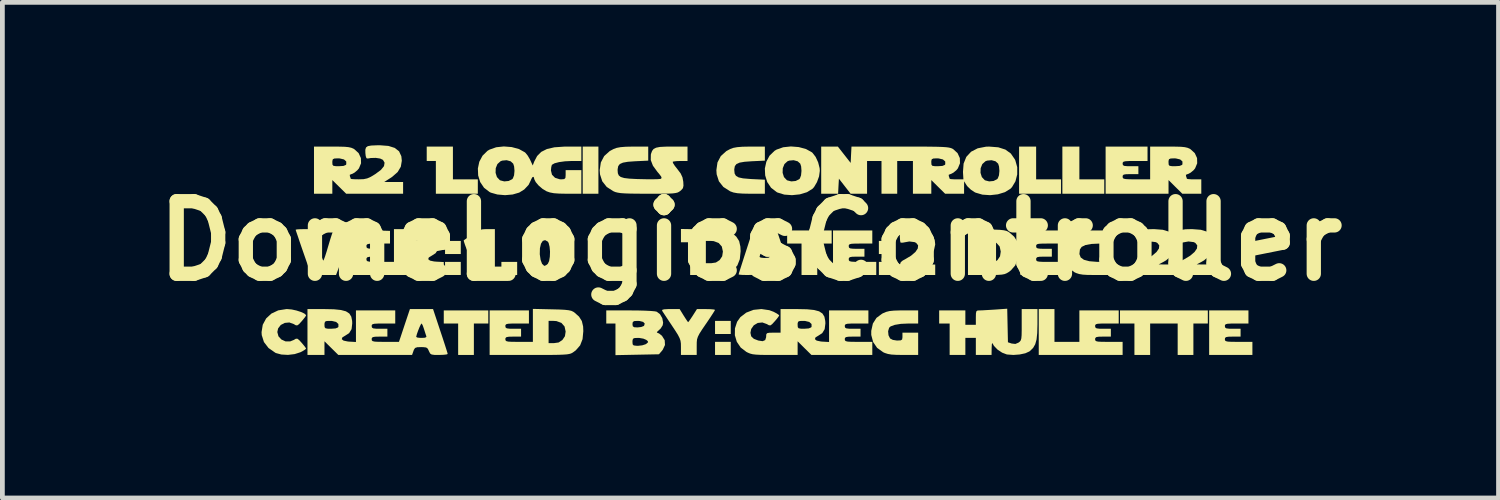
<source format=kicad_pcb>
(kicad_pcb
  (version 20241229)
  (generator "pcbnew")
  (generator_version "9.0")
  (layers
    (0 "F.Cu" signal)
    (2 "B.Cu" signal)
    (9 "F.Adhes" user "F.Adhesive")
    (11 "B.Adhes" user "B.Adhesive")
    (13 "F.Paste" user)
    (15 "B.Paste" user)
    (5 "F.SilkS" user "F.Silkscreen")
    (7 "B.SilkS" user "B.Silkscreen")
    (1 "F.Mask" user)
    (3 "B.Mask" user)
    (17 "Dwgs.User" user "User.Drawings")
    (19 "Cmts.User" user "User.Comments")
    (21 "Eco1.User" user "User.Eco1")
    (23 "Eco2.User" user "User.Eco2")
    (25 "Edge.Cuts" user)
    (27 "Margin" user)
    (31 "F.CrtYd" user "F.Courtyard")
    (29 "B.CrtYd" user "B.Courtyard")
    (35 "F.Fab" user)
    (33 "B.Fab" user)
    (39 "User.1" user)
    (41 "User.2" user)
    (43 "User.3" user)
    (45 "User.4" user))
  (footprint "DomeLogicsController"
    (layer "F.Cu")
    (at 12.707 2.009)
    (property "Reference" "DomeLogicsController" (at 0 0 0) (layer "F.SilkS") (effects (font (size 1.524 1.524) (thickness 0.3))))
    (attr board_only exclude_from_pos_files exclude_from_bom)
    (fp_poly (pts (xy -6.082 0.275) (xy -6.412 0.275) (xy -6.412 0) (xy -6.082 0)) (stroke (width 0) (type solid)) (fill yes) (layer "F.SilkS"))
    (fp_poly (pts (xy -6.082 0.715) (xy -6.412 0.715) (xy -6.412 0.44) (xy -6.082 0.44)) (stroke (width 0) (type solid)) (fill yes) (layer "F.SilkS"))
    (fp_poly (pts (xy -4.898 0.715) (xy -5.229 0.715) (xy -5.229 0.44) (xy -4.898 0.44)) (stroke (width 0) (type solid)) (fill yes) (layer "F.SilkS"))
    (fp_poly (pts (xy -3.192 -0.991) (xy -3.522 -0.991) (xy -3.522 -1.981) (xy -3.192 -1.981)) (stroke (width 0) (type solid)) (fill yes) (layer "F.SilkS"))
    (fp_poly (pts (xy -0.413 1.954) (xy -0.743 1.954) (xy -0.743 1.679) (xy -0.413 1.679)) (stroke (width 0) (type solid)) (fill yes) (layer "F.SilkS"))
    (fp_poly (pts (xy -0.413 2.394) (xy -0.743 2.394) (xy -0.743 2.119) (xy -0.413 2.119)) (stroke (width 0) (type solid)) (fill yes) (layer "F.SilkS"))
    (fp_poly (pts (xy 3.027 0.275) (xy 2.697 0.275) (xy 2.697 0) (xy 3.027 0)) (stroke (width 0) (type solid)) (fill yes) (layer "F.SilkS"))
    (fp_poly (pts (xy 3.027 0.715) (xy 2.697 0.715) (xy 2.697 0.44) (xy 3.027 0.44)) (stroke (width 0) (type solid)) (fill yes) (layer "F.SilkS"))
    (fp_poly (pts (xy 5.999 -1.293) (xy 6.522 -1.293) (xy 6.522 -0.991) (xy 5.641 -0.991) (xy 5.641 -1.981) (xy 5.999 -1.981)) (stroke (width 0) (type solid)) (fill yes) (layer "F.SilkS"))
    (fp_poly (pts (xy 6.907 -1.293) (xy 7.43 -1.293) (xy 7.43 -0.991) (xy 6.55 -0.991) (xy 6.55 -1.981) (xy 6.907 -1.981)) (stroke (width 0) (type solid)) (fill yes) (layer "F.SilkS"))
    (fp_poly (pts (xy -6.247 -1.293) (xy -5.724 -1.293) (xy -5.724 -0.991) (xy -6.605 -0.991) (xy -6.605 -1.679) (xy -6.797 -1.679) (xy -6.797 -1.981) (xy -6.247 -1.981)) (stroke (width 0) (type solid)) (fill yes) (layer "F.SilkS"))
    (fp_poly (pts (xy -5.504 1.734) (xy -5.807 1.734) (xy -5.807 2.394) (xy -6.137 2.394) (xy -6.137 1.734) (xy -6.439 1.734) (xy -6.439 1.459) (xy -5.504 1.459)) (stroke (width 0) (type solid)) (fill yes) (layer "F.SilkS"))
    (fp_poly (pts (xy 1.706 0.055) (xy 1.403 0.055) (xy 1.403 0.715) (xy 1.073 0.715) (xy 1.073 0.055) (xy 0.771 0.055) (xy 0.771 -0.22) (xy 1.706 -0.22)) (stroke (width 0) (type solid)) (fill yes) (layer "F.SilkS"))
    (fp_poly (pts (xy 9.604 1.734) (xy 9.301 1.734) (xy 9.301 2.394) (xy 8.971 2.394) (xy 8.971 1.734) (xy 8.393 1.734) (xy 8.393 2.394) (xy 8.063 2.394) (xy 8.063 1.734) (xy 7.76 1.734) (xy 7.76 1.459) (xy 9.604 1.459)) (stroke (width 0) (type solid)) (fill yes) (layer "F.SilkS"))
    (fp_poly (pts (xy -5.366 0.715) (xy -5.724 0.715) (xy -5.724 0.107) (xy -5.821 0.181) (xy -5.881 0.224) (xy -5.92 0.245) (xy -5.927 0.245) (xy -5.943 0.211) (xy -5.968 0.15) (xy -5.994 0.08) (xy -6.014 0.019) (xy -6.021 -0.012) (xy -6.021 -0.012) (xy -5.891 -0.103) (xy -5.796 -0.166) (xy -5.726 -0.208) (xy -5.673 -0.232) (xy -5.625 -0.244) (xy -5.573 -0.247) (xy -5.523 -0.248) (xy -5.366 -0.248)) (stroke (width 0) (type solid)) (fill yes) (layer "F.SilkS"))
    (fp_poly (pts (xy 2.559 0.055) (xy 2.312 0.055) (xy 2.194 0.056) (xy 2.121 0.06) (xy 2.082 0.07) (xy 2.066 0.088) (xy 2.064 0.11) (xy 2.07 0.141) (xy 2.096 0.157) (xy 2.156 0.164) (xy 2.229 0.165) (xy 2.394 0.165) (xy 2.394 0.33) (xy 2.229 0.33) (xy 2.137 0.332) (xy 2.087 0.341) (xy 2.067 0.361) (xy 2.064 0.385) (xy 2.068 0.41) (xy 2.085 0.426) (xy 2.126 0.435) (xy 2.2 0.439) (xy 2.317 0.44) (xy 2.353 0.44) (xy 2.642 0.44) (xy 2.642 0.715) (xy 1.734 0.715) (xy 1.734 -0.22) (xy 2.559 -0.22)) (stroke (width 0) (type solid)) (fill yes) (layer "F.SilkS"))
    (fp_poly (pts (xy 6.494 0.055) (xy 6.247 0.055) (xy 6.129 0.056) (xy 6.056 0.06) (xy 6.017 0.07) (xy 6.002 0.088) (xy 5.999 0.11) (xy 6.005 0.141) (xy 6.032 0.157) (xy 6.091 0.164) (xy 6.164 0.165) (xy 6.329 0.165) (xy 6.329 0.33) (xy 6.164 0.33) (xy 6.072 0.332) (xy 6.022 0.341) (xy 6.002 0.361) (xy 5.999 0.385) (xy 6.003 0.41) (xy 6.02 0.426) (xy 6.061 0.435) (xy 6.135 0.439) (xy 6.252 0.44) (xy 6.288 0.44) (xy 6.577 0.44) (xy 6.577 0.715) (xy 5.669 0.715) (xy 5.669 -0.22) (xy 6.494 -0.22)) (stroke (width 0) (type solid)) (fill yes) (layer "F.SilkS"))
    (fp_poly (pts (xy 10.457 1.734) (xy 10.21 1.734) (xy 10.092 1.735) (xy 10.019 1.739) (xy 9.98 1.749) (xy 9.964 1.767) (xy 9.962 1.789) (xy 9.968 1.819) (xy 9.994 1.836) (xy 10.054 1.843) (xy 10.127 1.844) (xy 10.292 1.844) (xy 10.292 2.009) (xy 10.127 2.009) (xy 10.035 2.011) (xy 9.985 2.02) (xy 9.965 2.04) (xy 9.962 2.064) (xy 9.965 2.088) (xy 9.983 2.104) (xy 10.024 2.114) (xy 10.098 2.118) (xy 10.215 2.119) (xy 10.251 2.119) (xy 10.54 2.119) (xy 10.54 2.394) (xy 9.632 2.394) (xy 9.632 1.459) (xy 10.457 1.459)) (stroke (width 0) (type solid)) (fill yes) (layer "F.SilkS"))
    (fp_poly (pts (xy 6.384 2.119) (xy 6.907 2.119) (xy 6.907 1.459) (xy 7.733 1.459) (xy 7.733 1.734) (xy 7.485 1.734) (xy 7.367 1.735) (xy 7.294 1.739) (xy 7.255 1.749) (xy 7.24 1.767) (xy 7.237 1.789) (xy 7.244 1.819) (xy 7.27 1.836) (xy 7.329 1.843) (xy 7.403 1.844) (xy 7.568 1.844) (xy 7.568 2.009) (xy 7.403 2.009) (xy 7.31 2.011) (xy 7.261 2.02) (xy 7.241 2.04) (xy 7.237 2.064) (xy 7.241 2.088) (xy 7.258 2.104) (xy 7.299 2.114) (xy 7.373 2.118) (xy 7.49 2.119) (xy 7.526 2.119) (xy 7.815 2.119) (xy 7.815 2.394) (xy 6.054 2.394) (xy 6.054 1.431) (xy 6.384 1.431)) (stroke (width 0) (type solid)) (fill yes) (layer "F.SilkS"))
    (fp_poly (pts (xy 7.54 0.055) (xy 7.341 0.055) (xy 7.163 0.063) (xy 7.035 0.086) (xy 6.955 0.125) (xy 6.918 0.18) (xy 6.908 0.276) (xy 6.935 0.347) (xy 7.003 0.396) (xy 7.115 0.426) (xy 7.275 0.439) (xy 7.341 0.44) (xy 7.54 0.44) (xy 7.54 0.715) (xy 7.231 0.715) (xy 7.085 0.714) (xy 6.981 0.708) (xy 6.903 0.695) (xy 6.839 0.674) (xy 6.803 0.657) (xy 6.678 0.566) (xy 6.593 0.443) (xy 6.555 0.295) (xy 6.555 0.21) (xy 6.589 0.056) (xy 6.664 -0.062) (xy 6.784 -0.152) (xy 6.806 -0.163) (xy 6.87 -0.189) (xy 6.941 -0.206) (xy 7.032 -0.216) (xy 7.157 -0.22) (xy 7.232 -0.22) (xy 7.54 -0.22)) (stroke (width 0) (type solid)) (fill yes) (layer "F.SilkS"))
    (fp_poly (pts (xy 0.303 -1.686) (xy 0.026 -1.673) (xy -0.125 -1.662) (xy -0.228 -1.644) (xy -0.293 -1.615) (xy -0.327 -1.571) (xy -0.339 -1.507) (xy -0.339 -1.486) (xy -0.332 -1.416) (xy -0.304 -1.367) (xy -0.248 -1.334) (xy -0.156 -1.314) (xy -0.019 -1.302) (xy 0.026 -1.299) (xy 0.303 -1.286) (xy 0.303 -0.991) (xy -0.007 -0.991) (xy -0.161 -0.994) (xy -0.273 -1.002) (xy -0.356 -1.017) (xy -0.423 -1.041) (xy -0.427 -1.043) (xy -0.568 -1.133) (xy -0.662 -1.252) (xy -0.709 -1.399) (xy -0.715 -1.486) (xy -0.692 -1.648) (xy -0.622 -1.782) (xy -0.505 -1.887) (xy -0.427 -1.929) (xy -0.36 -1.954) (xy -0.278 -1.969) (xy -0.168 -1.978) (xy -0.016 -1.981) (xy -0.007 -1.981) (xy 0.303 -1.981)) (stroke (width 0) (type solid)) (fill yes) (layer "F.SilkS"))
    (fp_poly (pts (xy 4.965 -0.243) (xy 5.125 -0.238) (xy 5.24 -0.233) (xy 5.32 -0.224) (xy 5.375 -0.211) (xy 5.415 -0.193) (xy 5.438 -0.177) (xy 5.538 -0.089) (xy 5.597 0.003) (xy 5.623 0.118) (xy 5.628 0.215) (xy 5.611 0.383) (xy 5.56 0.514) (xy 5.469 0.618) (xy 5.423 0.653) (xy 5.381 0.678) (xy 5.337 0.696) (xy 5.28 0.707) (xy 5.198 0.713) (xy 5.08 0.715) (xy 4.949 0.715) (xy 4.568 0.715) (xy 4.568 0.468) (xy 4.898 0.468) (xy 5.01 0.468) (xy 5.11 0.453) (xy 5.186 0.403) (xy 5.189 0.4) (xy 5.241 0.322) (xy 5.256 0.223) (xy 5.233 0.117) (xy 5.167 0.043) (xy 5.063 0.004) (xy 5.005 0) (xy 4.898 0) (xy 4.898 0.468) (xy 4.568 0.468) (xy 4.568 -0.252)) (stroke (width 0) (type solid)) (fill yes) (layer "F.SilkS"))
    (fp_poly (pts (xy 3.596 -0.234) (xy 3.731 -0.193) (xy 3.821 -0.122) (xy 3.87 -0.021) (xy 3.88 0.074) (xy 3.854 0.194) (xy 3.78 0.308) (xy 3.665 0.407) (xy 3.608 0.441) (xy 3.509 0.493) (xy 3.694 0.494) (xy 3.88 0.495) (xy 3.88 0.715) (xy 3.137 0.715) (xy 3.137 0.578) (xy 3.14 0.495) (xy 3.156 0.447) (xy 3.197 0.412) (xy 3.244 0.387) (xy 3.373 0.31) (xy 3.464 0.232) (xy 3.514 0.158) (xy 3.521 0.093) (xy 3.481 0.042) (xy 3.447 0.025) (xy 3.337 0.011) (xy 3.27 0.023) (xy 3.2 0.036) (xy 3.157 0.036) (xy 3.152 0.033) (xy 3.143 -0.001) (xy 3.138 -0.07) (xy 3.137 -0.098) (xy 3.141 -0.166) (xy 3.159 -0.209) (xy 3.2 -0.234) (xy 3.276 -0.245) (xy 3.395 -0.248) (xy 3.415 -0.248)) (stroke (width 0) (type solid)) (fill yes) (layer "F.SilkS"))
    (fp_poly (pts (xy 8.66 -0.234) (xy 8.794 -0.193) (xy 8.885 -0.122) (xy 8.933 -0.021) (xy 8.944 0.074) (xy 8.917 0.194) (xy 8.843 0.308) (xy 8.729 0.407) (xy 8.671 0.441) (xy 8.572 0.493) (xy 8.758 0.494) (xy 8.944 0.495) (xy 8.944 0.715) (xy 8.201 0.715) (xy 8.201 0.578) (xy 8.204 0.495) (xy 8.22 0.447) (xy 8.26 0.412) (xy 8.307 0.387) (xy 8.436 0.31) (xy 8.527 0.232) (xy 8.578 0.158) (xy 8.584 0.093) (xy 8.544 0.042) (xy 8.511 0.025) (xy 8.4 0.011) (xy 8.333 0.023) (xy 8.264 0.036) (xy 8.22 0.036) (xy 8.216 0.033) (xy 8.206 -0.001) (xy 8.201 -0.07) (xy 8.201 -0.098) (xy 8.204 -0.166) (xy 8.222 -0.209) (xy 8.264 -0.234) (xy 8.34 -0.245) (xy 8.459 -0.248) (xy 8.479 -0.248)) (stroke (width 0) (type solid)) (fill yes) (layer "F.SilkS"))
    (fp_poly (pts (xy 9.458 -0.234) (xy 9.592 -0.193) (xy 9.683 -0.122) (xy 9.731 -0.021) (xy 9.742 0.074) (xy 9.715 0.194) (xy 9.641 0.308) (xy 9.527 0.407) (xy 9.469 0.441) (xy 9.37 0.493) (xy 9.556 0.494) (xy 9.742 0.495) (xy 9.742 0.715) (xy 8.999 0.715) (xy 8.999 0.578) (xy 9.002 0.495) (xy 9.018 0.447) (xy 9.058 0.412) (xy 9.105 0.387) (xy 9.234 0.31) (xy 9.325 0.232) (xy 9.376 0.158) (xy 9.382 0.093) (xy 9.342 0.042) (xy 9.309 0.025) (xy 9.198 0.011) (xy 9.131 0.023) (xy 9.062 0.036) (xy 9.018 0.036) (xy 9.014 0.033) (xy 9.004 -0.001) (xy 8.999 -0.07) (xy 8.999 -0.098) (xy 9.002 -0.166) (xy 9.02 -0.209) (xy 9.062 -0.234) (xy 9.138 -0.245) (xy 9.257 -0.248) (xy 9.277 -0.248)) (stroke (width 0) (type solid)) (fill yes) (layer "F.SilkS"))
    (fp_poly (pts (xy 3.522 1.734) (xy 3.323 1.734) (xy 3.16 1.741) (xy 3.032 1.762) (xy 2.944 1.794) (xy 2.912 1.823) (xy 2.891 1.896) (xy 2.899 1.981) (xy 2.932 2.047) (xy 2.933 2.048) (xy 2.99 2.078) (xy 3.074 2.091) (xy 3.084 2.091) (xy 3.154 2.088) (xy 3.185 2.07) (xy 3.192 2.024) (xy 3.192 2.009) (xy 3.192 1.926) (xy 3.522 1.926) (xy 3.522 2.394) (xy 3.213 2.394) (xy 3.067 2.392) (xy 2.963 2.386) (xy 2.886 2.373) (xy 2.821 2.352) (xy 2.786 2.336) (xy 2.66 2.245) (xy 2.576 2.122) (xy 2.537 1.974) (xy 2.537 1.888) (xy 2.571 1.735) (xy 2.646 1.616) (xy 2.766 1.527) (xy 2.788 1.516) (xy 2.853 1.489) (xy 2.923 1.472) (xy 3.014 1.463) (xy 3.139 1.459) (xy 3.215 1.459) (xy 3.522 1.459)) (stroke (width 0) (type solid)) (fill yes) (layer "F.SilkS"))
    (fp_poly (pts (xy -0.965 -0.243) (xy -0.786 -0.239) (xy -0.654 -0.235) (xy -0.559 -0.228) (xy -0.494 -0.22) (xy -0.448 -0.207) (xy -0.413 -0.189) (xy -0.396 -0.177) (xy -0.296 -0.089) (xy -0.237 0.003) (xy -0.211 0.118) (xy -0.206 0.215) (xy -0.223 0.383) (xy -0.274 0.514) (xy -0.365 0.618) (xy -0.411 0.653) (xy -0.453 0.678) (xy -0.497 0.696) (xy -0.554 0.707) (xy -0.636 0.713) (xy -0.754 0.715) (xy -0.885 0.715) (xy -1.266 0.715) (xy -1.266 0.468) (xy -0.936 0.468) (xy -0.824 0.468) (xy -0.725 0.453) (xy -0.648 0.403) (xy -0.645 0.4) (xy -0.593 0.322) (xy -0.578 0.223) (xy -0.601 0.117) (xy -0.667 0.043) (xy -0.771 0.004) (xy -0.829 0) (xy -0.936 0) (xy -0.936 0.468) (xy -1.266 0.468) (xy -1.266 0.028) (xy -1.459 0.028) (xy -1.459 -0.251)) (stroke (width 0) (type solid)) (fill yes) (layer "F.SilkS"))
    (fp_poly (pts (xy -1.401 1.569) (xy -1.354 1.642) (xy -1.32 1.692) (xy -1.308 1.706) (xy -1.29 1.685) (xy -1.251 1.63) (xy -1.211 1.569) (xy -1.123 1.431) (xy -0.933 1.431) (xy -0.839 1.433) (xy -0.771 1.439) (xy -0.743 1.447) (xy -0.743 1.447) (xy -0.758 1.475) (xy -0.798 1.538) (xy -0.857 1.628) (xy -0.93 1.736) (xy -0.936 1.744) (xy -1.016 1.861) (xy -1.07 1.946) (xy -1.103 2.011) (xy -1.121 2.067) (xy -1.127 2.127) (xy -1.128 2.205) (xy -1.128 2.209) (xy -1.128 2.394) (xy -1.459 2.394) (xy -1.459 2.228) (xy -1.46 2.156) (xy -1.468 2.097) (xy -1.488 2.039) (xy -1.524 1.969) (xy -1.583 1.876) (xy -1.646 1.781) (xy -1.72 1.67) (xy -1.784 1.573) (xy -1.831 1.502) (xy -1.854 1.466) (xy -1.854 1.465) (xy -1.852 1.447) (xy -1.813 1.436) (xy -1.729 1.431) (xy -1.68 1.431) (xy -1.486 1.431)) (stroke (width 0) (type solid)) (fill yes) (layer "F.SilkS"))
    (fp_poly (pts (xy -4.158 -0.226) (xy -4.024 -0.164) (xy -3.928 -0.061) (xy -3.87 0.08) (xy -3.853 0.246) (xy -3.87 0.423) (xy -3.922 0.559) (xy -4.011 0.656) (xy -4.14 0.715) (xy -4.292 0.738) (xy -4.399 0.74) (xy -4.472 0.731) (xy -4.533 0.705) (xy -4.566 0.683) (xy -4.665 0.605) (xy -4.728 0.525) (xy -4.762 0.426) (xy -4.774 0.295) (xy -4.774 0.276) (xy -4.423 0.276) (xy -4.423 0.28) (xy -4.406 0.397) (xy -4.375 0.481) (xy -4.333 0.521) (xy -4.319 0.523) (xy -4.284 0.505) (xy -4.254 0.48) (xy -4.227 0.423) (xy -4.212 0.332) (xy -4.208 0.225) (xy -4.217 0.123) (xy -4.237 0.043) (xy -4.255 0.014) (xy -4.311 -0.017) (xy -4.36 -0.001) (xy -4.398 0.058) (xy -4.42 0.153) (xy -4.423 0.276) (xy -4.774 0.276) (xy -4.775 0.248) (xy -4.772 0.128) (xy -4.761 0.046) (xy -4.739 -0.012) (xy -4.717 -0.046) (xy -4.604 -0.162) (xy -4.472 -0.229) (xy -4.327 -0.248)) (stroke (width 0) (type solid)) (fill yes) (layer "F.SilkS"))
    (fp_poly (pts (xy -9.632 1.439) (xy -9.532 1.461) (xy -9.439 1.491) (xy -9.367 1.524) (xy -9.332 1.556) (xy -9.33 1.564) (xy -9.348 1.594) (xy -9.391 1.649) (xy -9.424 1.688) (xy -9.48 1.749) (xy -9.517 1.774) (xy -9.55 1.769) (xy -9.588 1.746) (xy -9.682 1.712) (xy -9.777 1.721) (xy -9.861 1.764) (xy -9.917 1.836) (xy -9.934 1.913) (xy -9.91 2.003) (xy -9.848 2.07) (xy -9.762 2.109) (xy -9.665 2.11) (xy -9.588 2.079) (xy -9.545 2.054) (xy -9.512 2.053) (xy -9.474 2.083) (xy -9.424 2.138) (xy -9.371 2.201) (xy -9.337 2.247) (xy -9.33 2.261) (xy -9.352 2.282) (xy -9.409 2.317) (xy -9.448 2.337) (xy -9.57 2.376) (xy -9.711 2.393) (xy -9.85 2.385) (xy -9.964 2.354) (xy -9.976 2.348) (xy -10.119 2.248) (xy -10.215 2.123) (xy -10.261 1.978) (xy -10.265 1.915) (xy -10.24 1.76) (xy -10.169 1.628) (xy -10.059 1.526) (xy -9.915 1.458) (xy -9.744 1.431) (xy -9.724 1.431)) (stroke (width 0) (type solid)) (fill yes) (layer "F.SilkS"))
    (fp_poly (pts (xy 1.014 -1.971) (xy 1.166 -1.93) (xy 1.289 -1.862) (xy 1.303 -1.85) (xy 1.369 -1.765) (xy 1.422 -1.65) (xy 1.453 -1.528) (xy 1.457 -1.472) (xy 1.441 -1.355) (xy 1.397 -1.234) (xy 1.336 -1.131) (xy 1.303 -1.095) (xy 1.186 -1.023) (xy 1.037 -0.978) (xy 0.873 -0.961) (xy 0.711 -0.973) (xy 0.567 -1.017) (xy 0.549 -1.027) (xy 0.433 -1.117) (xy 0.353 -1.236) (xy 0.31 -1.375) (xy 0.307 -1.43) (xy 0.676 -1.43) (xy 0.704 -1.341) (xy 0.765 -1.276) (xy 0.772 -1.272) (xy 0.858 -1.25) (xy 0.95 -1.259) (xy 1.024 -1.296) (xy 1.039 -1.313) (xy 1.063 -1.378) (xy 1.072 -1.471) (xy 1.065 -1.564) (xy 1.046 -1.623) (xy 0.992 -1.672) (xy 0.908 -1.695) (xy 0.817 -1.687) (xy 0.78 -1.674) (xy 0.714 -1.614) (xy 0.679 -1.527) (xy 0.676 -1.43) (xy 0.307 -1.43) (xy 0.303 -1.521) (xy 0.334 -1.663) (xy 0.401 -1.79) (xy 0.506 -1.892) (xy 0.549 -1.918) (xy 0.688 -1.967) (xy 0.849 -1.984)) (stroke (width 0) (type solid)) (fill yes) (layer "F.SilkS"))
    (fp_poly (pts (xy 5.407 2.128) (xy 5.484 2.154) (xy 5.563 2.163) (xy 5.629 2.135) (xy 5.657 2.113) (xy 5.676 2.088) (xy 5.688 2.047) (xy 5.694 1.98) (xy 5.696 1.877) (xy 5.696 1.761) (xy 5.696 1.431) (xy 6.027 1.431) (xy 6.027 1.754) (xy 6.022 1.934) (xy 6.008 2.069) (xy 5.98 2.169) (xy 5.936 2.246) (xy 5.873 2.308) (xy 5.856 2.321) (xy 5.772 2.359) (xy 5.654 2.384) (xy 5.522 2.394) (xy 5.396 2.385) (xy 5.382 2.383) (xy 5.285 2.346) (xy 5.189 2.282) (xy 5.114 2.205) (xy 5.09 2.162) (xy 5.076 2.143) (xy 5.069 2.17) (xy 5.065 2.248) (xy 5.065 2.25) (xy 5.063 2.394) (xy 4.733 2.394) (xy 4.733 2.036) (xy 4.513 2.036) (xy 4.513 2.394) (xy 4.183 2.394) (xy 4.183 1.734) (xy 3.963 1.734) (xy 3.963 1.459) (xy 4.513 1.459) (xy 4.513 1.761) (xy 4.733 1.761) (xy 4.733 1.61) (xy 4.735 1.523) (xy 4.744 1.478) (xy 4.768 1.461) (xy 4.812 1.459) (xy 4.874 1.457) (xy 4.974 1.451) (xy 5.093 1.444) (xy 5.141 1.441) (xy 5.392 1.423)) (stroke (width 0) (type solid)) (fill yes) (layer "F.SilkS"))
    (fp_poly (pts (xy 0.699 0.213) (xy 0.749 0.364) (xy 0.792 0.496) (xy 0.826 0.601) (xy 0.847 0.67) (xy 0.853 0.695) (xy 0.828 0.705) (xy 0.762 0.713) (xy 0.672 0.715) (xy 0.574 0.714) (xy 0.517 0.706) (xy 0.486 0.687) (xy 0.466 0.649) (xy 0.459 0.633) (xy 0.435 0.583) (xy 0.401 0.559) (xy 0.339 0.551) (xy 0.295 0.55) (xy 0.214 0.553) (xy 0.169 0.569) (xy 0.144 0.605) (xy 0.133 0.633) (xy 0.115 0.678) (xy 0.089 0.702) (xy 0.041 0.713) (xy -0.044 0.715) (xy -0.071 0.715) (xy -0.162 0.714) (xy -0.225 0.709) (xy -0.248 0.703) (xy -0.24 0.674) (xy -0.217 0.601) (xy -0.183 0.494) (xy -0.14 0.359) (xy -0.133 0.337) (xy 0.192 0.337) (xy 0.217 0.35) (xy 0.278 0.357) (xy 0.306 0.358) (xy 0.378 0.353) (xy 0.406 0.336) (xy 0.404 0.319) (xy 0.387 0.27) (xy 0.363 0.193) (xy 0.355 0.168) (xy 0.331 0.099) (xy 0.31 0.059) (xy 0.304 0.055) (xy 0.287 0.078) (xy 0.26 0.135) (xy 0.231 0.209) (xy 0.206 0.28) (xy 0.193 0.33) (xy 0.192 0.337) (xy -0.133 0.337) (xy -0.095 0.221) (xy 0.057 -0.248) (xy 0.546 -0.248)) (stroke (width 0) (type solid)) (fill yes) (layer "F.SilkS"))
    (fp_poly (pts (xy -2.369 1.46) (xy -2.22 1.464) (xy -2.096 1.47) (xy -2.007 1.478) (xy -1.968 1.486) (xy -1.899 1.538) (xy -1.851 1.622) (xy -1.833 1.715) (xy -1.842 1.771) (xy -1.885 1.839) (xy -1.931 1.882) (xy -1.965 1.913) (xy -1.959 1.926) (xy -1.959 1.926) (xy -1.917 1.944) (xy -1.862 1.988) (xy -1.856 1.994) (xy -1.8 2.084) (xy -1.794 2.185) (xy -1.841 2.285) (xy -1.855 2.303) (xy -1.921 2.38) (xy -2.378 2.389) (xy -2.834 2.398) (xy -2.834 2.119) (xy -2.477 2.119) (xy -2.473 2.171) (xy -2.451 2.194) (xy -2.396 2.201) (xy -2.358 2.202) (xy -2.271 2.192) (xy -2.2 2.169) (xy -2.186 2.16) (xy -2.149 2.127) (xy -2.156 2.103) (xy -2.186 2.078) (xy -2.247 2.052) (xy -2.333 2.037) (xy -2.358 2.036) (xy -2.432 2.039) (xy -2.466 2.054) (xy -2.476 2.092) (xy -2.477 2.119) (xy -2.834 2.119) (xy -2.834 1.747) (xy -2.477 1.747) (xy -2.47 1.792) (xy -2.441 1.812) (xy -2.373 1.816) (xy -2.37 1.816) (xy -2.293 1.807) (xy -2.239 1.786) (xy -2.233 1.78) (xy -2.219 1.735) (xy -2.253 1.7) (xy -2.327 1.681) (xy -2.372 1.679) (xy -2.441 1.683) (xy -2.47 1.703) (xy -2.477 1.747) (xy -2.834 1.747) (xy -2.834 1.734) (xy -3.027 1.734) (xy -3.027 1.459) (xy -2.534 1.459)) (stroke (width 0) (type solid)) (fill yes) (layer "F.SilkS"))
    (fp_poly (pts (xy -4.171 1.436) (xy -4.011 1.44) (xy -3.897 1.446) (xy -3.817 1.455) (xy -3.762 1.467) (xy -3.721 1.486) (xy -3.698 1.501) (xy -3.599 1.589) (xy -3.54 1.682) (xy -3.513 1.796) (xy -3.509 1.894) (xy -3.525 2.062) (xy -3.576 2.193) (xy -3.667 2.297) (xy -3.714 2.332) (xy -3.741 2.35) (xy -3.77 2.364) (xy -3.807 2.374) (xy -3.857 2.382) (xy -3.929 2.387) (xy -4.027 2.391) (xy -4.158 2.393) (xy -4.33 2.394) (xy -4.548 2.394) (xy -4.641 2.394) (xy -5.476 2.394) (xy -5.476 2.146) (xy -4.238 2.146) (xy -4.127 2.146) (xy -4.027 2.132) (xy -3.951 2.082) (xy -3.948 2.079) (xy -3.895 2.001) (xy -3.88 1.902) (xy -3.903 1.796) (xy -3.969 1.721) (xy -4.073 1.683) (xy -4.132 1.679) (xy -4.238 1.679) (xy -4.238 2.146) (xy -5.476 2.146) (xy -5.476 1.459) (xy -4.651 1.459) (xy -4.651 1.734) (xy -4.898 1.734) (xy -5.016 1.735) (xy -5.089 1.739) (xy -5.128 1.749) (xy -5.144 1.767) (xy -5.146 1.789) (xy -5.14 1.819) (xy -5.114 1.836) (xy -5.054 1.843) (xy -4.981 1.844) (xy -4.816 1.844) (xy -4.816 2.009) (xy -4.981 2.009) (xy -5.073 2.011) (xy -5.123 2.02) (xy -5.143 2.04) (xy -5.146 2.064) (xy -5.142 2.088) (xy -5.125 2.104) (xy -5.084 2.114) (xy -5.01 2.118) (xy -4.893 2.119) (xy -4.857 2.119) (xy -4.568 2.119) (xy -4.568 1.427)) (stroke (width 0) (type solid)) (fill yes) (layer "F.SilkS"))
    (fp_poly (pts (xy 8.338 -1.679) (xy 8.077 -1.679) (xy 7.955 -1.678) (xy 7.879 -1.674) (xy 7.837 -1.665) (xy 7.819 -1.648) (xy 7.815 -1.624) (xy 7.821 -1.593) (xy 7.848 -1.576) (xy 7.907 -1.57) (xy 7.98 -1.569) (xy 8.146 -1.569) (xy 8.146 -1.403) (xy 7.98 -1.403) (xy 7.888 -1.401) (xy 7.838 -1.393) (xy 7.818 -1.373) (xy 7.815 -1.348) (xy 7.819 -1.324) (xy 7.836 -1.308) (xy 7.877 -1.299) (xy 7.951 -1.295) (xy 8.068 -1.293) (xy 8.104 -1.293) (xy 8.393 -1.293) (xy 8.393 -1.651) (xy 8.779 -1.651) (xy 8.782 -1.602) (xy 8.8 -1.578) (xy 8.848 -1.57) (xy 8.917 -1.569) (xy 9.012 -1.575) (xy 9.062 -1.596) (xy 9.071 -1.61) (xy 9.071 -1.669) (xy 9.023 -1.711) (xy 8.935 -1.732) (xy 8.899 -1.734) (xy 8.824 -1.731) (xy 8.789 -1.716) (xy 8.779 -1.679) (xy 8.779 -1.651) (xy 8.393 -1.651) (xy 8.393 -1.981) (xy 8.772 -1.981) (xy 8.928 -1.98) (xy 9.041 -1.977) (xy 9.12 -1.969) (xy 9.177 -1.956) (xy 9.222 -1.937) (xy 9.24 -1.926) (xy 9.33 -1.844) (xy 9.378 -1.74) (xy 9.381 -1.63) (xy 9.337 -1.524) (xy 9.304 -1.484) (xy 9.242 -1.433) (xy 9.188 -1.405) (xy 9.177 -1.403) (xy 9.144 -1.388) (xy 9.147 -1.36) (xy 9.162 -1.316) (xy 9.164 -1.305) (xy 9.189 -1.299) (xy 9.253 -1.294) (xy 9.315 -1.293) (xy 9.467 -1.293) (xy 9.467 -0.991) (xy 9.069 -0.991) (xy 8.924 -1.134) (xy 8.779 -1.278) (xy 8.779 -0.991) (xy 7.458 -0.991) (xy 7.458 -1.981) (xy 8.338 -1.981)) (stroke (width 0) (type solid)) (fill yes) (layer "F.SilkS"))
    (fp_poly (pts (xy -7.601 -1.995) (xy -7.468 -1.953) (xy -7.378 -1.882) (xy -7.33 -1.779) (xy -7.32 -1.684) (xy -7.341 -1.558) (xy -7.407 -1.447) (xy -7.522 -1.346) (xy -7.564 -1.318) (xy -7.689 -1.238) (xy -7.293 -1.238) (xy -7.293 -0.991) (xy -8.488 -0.991) (xy -8.633 -1.134) (xy -8.779 -1.278) (xy -8.779 -0.991) (xy -9.164 -0.991) (xy -9.164 -1.651) (xy -8.779 -1.651) (xy -8.776 -1.602) (xy -8.757 -1.578) (xy -8.709 -1.57) (xy -8.64 -1.569) (xy -8.545 -1.575) (xy -8.495 -1.596) (xy -8.486 -1.61) (xy -8.487 -1.669) (xy -8.534 -1.711) (xy -8.622 -1.732) (xy -8.658 -1.734) (xy -8.733 -1.731) (xy -8.768 -1.716) (xy -8.778 -1.679) (xy -8.779 -1.651) (xy -9.164 -1.651) (xy -9.164 -1.981) (xy -8.785 -1.981) (xy -8.629 -1.98) (xy -8.516 -1.977) (xy -8.437 -1.969) (xy -8.38 -1.956) (xy -8.335 -1.937) (xy -8.317 -1.926) (xy -8.227 -1.844) (xy -8.179 -1.74) (xy -8.176 -1.63) (xy -8.22 -1.524) (xy -8.254 -1.484) (xy -8.315 -1.433) (xy -8.369 -1.405) (xy -8.38 -1.403) (xy -8.413 -1.388) (xy -8.41 -1.36) (xy -8.395 -1.316) (xy -8.393 -1.305) (xy -8.368 -1.299) (xy -8.303 -1.295) (xy -8.221 -1.294) (xy -8.123 -1.297) (xy -8.047 -1.313) (xy -7.97 -1.347) (xy -7.878 -1.403) (xy -7.759 -1.491) (xy -7.694 -1.571) (xy -7.682 -1.643) (xy -7.716 -1.702) (xy -7.775 -1.73) (xy -7.867 -1.744) (xy -7.971 -1.741) (xy -8.036 -1.73) (xy -8.063 -1.738) (xy -8.078 -1.783) (xy -8.085 -1.847) (xy -8.086 -1.916) (xy -8.072 -1.962) (xy -8.034 -1.99) (xy -7.964 -2.003) (xy -7.852 -2.008) (xy -7.78 -2.009)) (stroke (width 0) (type solid)) (fill yes) (layer "F.SilkS"))
    (fp_poly (pts (xy -1.321 -1.679) (xy -1.468 -1.679) (xy -1.553 -1.676) (xy -1.614 -1.668) (xy -1.632 -1.662) (xy -1.624 -1.633) (xy -1.588 -1.577) (xy -1.536 -1.511) (xy -1.465 -1.417) (xy -1.427 -1.335) (xy -1.41 -1.243) (xy -1.406 -1.159) (xy -1.418 -1.107) (xy -1.454 -1.066) (xy -1.473 -1.05) (xy -1.5 -1.031) (xy -1.53 -1.016) (xy -1.572 -1.006) (xy -1.632 -0.998) (xy -1.718 -0.994) (xy -1.839 -0.992) (xy -2 -0.991) (xy -2.157 -0.991) (xy -2.361 -0.992) (xy -2.518 -0.994) (xy -2.635 -0.998) (xy -2.722 -1.004) (xy -2.786 -1.014) (xy -2.835 -1.026) (xy -2.876 -1.043) (xy -3.017 -1.133) (xy -3.111 -1.252) (xy -3.159 -1.399) (xy -3.165 -1.486) (xy -3.141 -1.648) (xy -3.071 -1.782) (xy -2.954 -1.887) (xy -2.876 -1.929) (xy -2.809 -1.954) (xy -2.727 -1.969) (xy -2.617 -1.978) (xy -2.465 -1.981) (xy -2.456 -1.981) (xy -2.146 -1.981) (xy -2.146 -1.686) (xy -2.423 -1.673) (xy -2.574 -1.662) (xy -2.677 -1.644) (xy -2.742 -1.615) (xy -2.776 -1.571) (xy -2.788 -1.507) (xy -2.789 -1.486) (xy -2.784 -1.422) (xy -2.764 -1.375) (xy -2.723 -1.343) (xy -2.651 -1.321) (xy -2.543 -1.308) (xy -2.39 -1.3) (xy -2.312 -1.298) (xy -2.169 -1.295) (xy -2.043 -1.295) (xy -1.947 -1.297) (xy -1.89 -1.302) (xy -1.883 -1.304) (xy -1.865 -1.321) (xy -1.875 -1.353) (xy -1.919 -1.411) (xy -1.952 -1.449) (xy -2.047 -1.579) (xy -2.093 -1.698) (xy -2.091 -1.812) (xy -2.087 -1.83) (xy -2.065 -1.89) (xy -2.033 -1.931) (xy -1.98 -1.958) (xy -1.898 -1.974) (xy -1.777 -1.98) (xy -1.646 -1.981) (xy -1.321 -1.981)) (stroke (width 0) (type solid)) (fill yes) (layer "F.SilkS"))
    (fp_poly (pts (xy -5.013 -1.971) (xy -4.861 -1.93) (xy -4.738 -1.862) (xy -4.724 -1.85) (xy -4.678 -1.794) (xy -4.632 -1.716) (xy -4.621 -1.693) (xy -4.571 -1.584) (xy -4.54 -1.666) (xy -4.479 -1.783) (xy -4.392 -1.87) (xy -4.273 -1.93) (xy -4.116 -1.966) (xy -3.915 -1.98) (xy -3.86 -1.981) (xy -3.55 -1.981) (xy -3.55 -1.679) (xy -3.749 -1.679) (xy -3.894 -1.672) (xy -4.019 -1.655) (xy -4.114 -1.63) (xy -4.167 -1.599) (xy -4.17 -1.595) (xy -4.182 -1.55) (xy -4.189 -1.481) (xy -4.167 -1.391) (xy -4.103 -1.326) (xy -4.005 -1.295) (xy -3.973 -1.293) (xy -3.911 -1.298) (xy -3.885 -1.322) (xy -3.88 -1.384) (xy -3.88 -1.39) (xy -3.88 -1.486) (xy -3.55 -1.486) (xy -3.55 -0.991) (xy -3.86 -0.991) (xy -4.014 -0.994) (xy -4.127 -1.002) (xy -4.211 -1.018) (xy -4.28 -1.042) (xy -4.28 -1.042) (xy -4.365 -1.093) (xy -4.446 -1.162) (xy -4.508 -1.235) (xy -4.539 -1.297) (xy -4.541 -1.309) (xy -4.552 -1.346) (xy -4.577 -1.34) (xy -4.602 -1.297) (xy -4.606 -1.284) (xy -4.658 -1.177) (xy -4.75 -1.08) (xy -4.855 -1.015) (xy -4.993 -0.975) (xy -5.152 -0.961) (xy -5.313 -0.975) (xy -5.451 -1.014) (xy -5.477 -1.027) (xy -5.594 -1.117) (xy -5.674 -1.236) (xy -5.717 -1.375) (xy -5.719 -1.43) (xy -5.351 -1.43) (xy -5.323 -1.341) (xy -5.262 -1.276) (xy -5.254 -1.272) (xy -5.169 -1.25) (xy -5.077 -1.259) (xy -5.003 -1.296) (xy -4.988 -1.313) (xy -4.963 -1.378) (xy -4.954 -1.471) (xy -4.962 -1.564) (xy -4.981 -1.623) (xy -5.035 -1.672) (xy -5.118 -1.695) (xy -5.21 -1.687) (xy -5.246 -1.674) (xy -5.313 -1.614) (xy -5.348 -1.527) (xy -5.351 -1.43) (xy -5.719 -1.43) (xy -5.723 -1.521) (xy -5.693 -1.663) (xy -5.625 -1.79) (xy -5.521 -1.892) (xy -5.477 -1.918) (xy -5.338 -1.967) (xy -5.178 -1.984)) (stroke (width 0) (type solid)) (fill yes) (layer "F.SilkS"))
    (fp_poly (pts (xy 0.396 1.454) (xy 0.487 1.488) (xy 0.556 1.525) (xy 0.598 1.555) (xy 0.604 1.564) (xy 0.587 1.594) (xy 0.544 1.649) (xy 0.51 1.688) (xy 0.454 1.749) (xy 0.418 1.774) (xy 0.385 1.769) (xy 0.346 1.746) (xy 0.251 1.712) (xy 0.154 1.722) (xy 0.071 1.771) (xy 0.016 1.849) (xy 0 1.929) (xy 0.016 2.003) (xy 0.071 2.055) (xy 0.164 2.091) (xy 0.256 2.105) (xy 0.31 2.082) (xy 0.33 2.02) (xy 0.33 2.006) (xy 0.333 1.96) (xy 0.35 1.937) (xy 0.396 1.928) (xy 0.482 1.926) (xy 0.633 1.926) (xy 0.633 1.761) (xy 0.991 1.761) (xy 0.994 1.81) (xy 1.012 1.834) (xy 1.06 1.843) (xy 1.129 1.844) (xy 1.224 1.837) (xy 1.274 1.816) (xy 1.284 1.802) (xy 1.283 1.744) (xy 1.235 1.701) (xy 1.147 1.68) (xy 1.111 1.679) (xy 1.036 1.681) (xy 1.001 1.696) (xy 0.991 1.733) (xy 0.991 1.761) (xy 0.633 1.761) (xy 0.633 1.431) (xy 0.992 1.431) (xy 1.188 1.435) (xy 1.336 1.45) (xy 1.442 1.478) (xy 1.512 1.524) (xy 1.553 1.59) (xy 1.571 1.68) (xy 1.574 1.731) (xy 1.559 1.852) (xy 1.508 1.936) (xy 1.431 1.986) (xy 1.366 2.026) (xy 1.354 2.063) (xy 1.391 2.093) (xy 1.477 2.111) (xy 1.507 2.114) (xy 1.651 2.122) (xy 1.651 1.459) (xy 2.477 1.459) (xy 2.477 1.734) (xy 2.229 1.734) (xy 2.111 1.735) (xy 2.038 1.739) (xy 1.999 1.749) (xy 1.984 1.767) (xy 1.981 1.789) (xy 1.987 1.819) (xy 2.014 1.836) (xy 2.073 1.843) (xy 2.146 1.844) (xy 2.312 1.844) (xy 2.312 2.009) (xy 2.146 2.009) (xy 2.054 2.011) (xy 2.004 2.02) (xy 1.984 2.04) (xy 1.981 2.064) (xy 1.985 2.088) (xy 2.002 2.104) (xy 2.043 2.114) (xy 2.117 2.118) (xy 2.234 2.119) (xy 2.27 2.119) (xy 2.559 2.119) (xy 2.559 2.394) (xy 1.281 2.394) (xy 1.136 2.251) (xy 0.991 2.107) (xy 0.991 2.394) (xy 0.513 2.394) (xy 0.338 2.394) (xy 0.209 2.392) (xy 0.115 2.387) (xy 0.046 2.379) (xy -0.007 2.365) (xy -0.053 2.346) (xy -0.085 2.33) (xy -0.204 2.239) (xy -0.286 2.118) (xy -0.327 1.98) (xy -0.325 1.836) (xy -0.28 1.698) (xy -0.211 1.6) (xy -0.087 1.505) (xy 0.065 1.447) (xy 0.231 1.43)) (stroke (width 0) (type solid)) (fill yes) (layer "F.SilkS"))
    (fp_poly (pts (xy -8.746 1.435) (xy -8.599 1.45) (xy -8.493 1.478) (xy -8.422 1.524) (xy -8.381 1.59) (xy -8.363 1.68) (xy -8.361 1.731) (xy -8.375 1.852) (xy -8.426 1.936) (xy -8.504 1.986) (xy -8.569 2.026) (xy -8.581 2.063) (xy -8.543 2.093) (xy -8.457 2.111) (xy -8.427 2.114) (xy -8.283 2.122) (xy -8.283 1.459) (xy -7.458 1.459) (xy -7.458 1.734) (xy -7.705 1.734) (xy -7.823 1.735) (xy -7.896 1.739) (xy -7.935 1.749) (xy -7.951 1.767) (xy -7.953 1.789) (xy -7.947 1.819) (xy -7.92 1.836) (xy -7.861 1.843) (xy -7.788 1.844) (xy -7.623 1.844) (xy -7.623 2.009) (xy -7.788 2.009) (xy -7.88 2.011) (xy -7.93 2.02) (xy -7.95 2.04) (xy -7.953 2.064) (xy -7.949 2.089) (xy -7.932 2.104) (xy -7.891 2.114) (xy -7.816 2.118) (xy -7.699 2.119) (xy -7.666 2.119) (xy -7.38 2.119) (xy -7.345 2.016) (xy -7.017 2.016) (xy -6.993 2.029) (xy -6.932 2.036) (xy -6.904 2.036) (xy -6.832 2.032) (xy -6.804 2.015) (xy -6.806 1.998) (xy -6.823 1.948) (xy -6.847 1.872) (xy -6.855 1.847) (xy -6.879 1.778) (xy -6.9 1.738) (xy -6.906 1.734) (xy -6.923 1.757) (xy -6.95 1.814) (xy -6.979 1.887) (xy -7.004 1.958) (xy -7.017 2.009) (xy -7.017 2.016) (xy -7.345 2.016) (xy -7.265 1.775) (xy -7.15 1.431) (xy -6.664 1.431) (xy -6.511 1.892) (xy -6.461 2.042) (xy -6.418 2.174) (xy -6.384 2.28) (xy -6.363 2.349) (xy -6.357 2.374) (xy -6.382 2.384) (xy -6.448 2.391) (xy -6.538 2.394) (xy -6.636 2.393) (xy -6.693 2.385) (xy -6.724 2.365) (xy -6.744 2.328) (xy -6.751 2.312) (xy -6.775 2.262) (xy -6.809 2.237) (xy -6.871 2.23) (xy -6.915 2.229) (xy -6.996 2.232) (xy -7.041 2.247) (xy -7.066 2.284) (xy -7.076 2.312) (xy -7.105 2.394) (xy -8.653 2.394) (xy -8.798 2.251) (xy -8.944 2.107) (xy -8.944 2.394) (xy -9.301 2.394) (xy -9.301 1.761) (xy -8.944 1.761) (xy -8.941 1.81) (xy -8.922 1.834) (xy -8.874 1.843) (xy -8.805 1.844) (xy -8.71 1.837) (xy -8.66 1.816) (xy -8.651 1.802) (xy -8.652 1.744) (xy -8.699 1.701) (xy -8.787 1.68) (xy -8.823 1.679) (xy -8.898 1.681) (xy -8.933 1.696) (xy -8.943 1.733) (xy -8.944 1.761) (xy -9.301 1.761) (xy -9.301 1.431) (xy -8.942 1.431)) (stroke (width 0) (type solid)) (fill yes) (layer "F.SilkS"))
    (fp_poly (pts (xy -9.078 0.083) (xy -9.041 0.208) (xy -9.009 0.312) (xy -8.984 0.383) (xy -8.969 0.413) (xy -8.968 0.413) (xy -8.955 0.388) (xy -8.93 0.32) (xy -8.898 0.22) (xy -8.862 0.098) (xy -8.861 0.095) (xy -8.824 -0.029) (xy -8.791 -0.132) (xy -8.765 -0.204) (xy -8.751 -0.234) (xy -8.751 -0.234) (xy -8.718 -0.237) (xy -8.64 -0.238) (xy -8.522 -0.237) (xy -8.375 -0.235) (xy -8.207 -0.231) (xy -8.149 -0.229) (xy -7.568 -0.211) (xy -7.568 0.055) (xy -7.815 0.055) (xy -7.933 0.056) (xy -8.006 0.06) (xy -8.045 0.07) (xy -8.061 0.088) (xy -8.063 0.11) (xy -8.057 0.141) (xy -8.031 0.157) (xy -7.971 0.164) (xy -7.898 0.165) (xy -7.733 0.165) (xy -7.733 0.33) (xy -7.898 0.33) (xy -7.99 0.332) (xy -8.04 0.341) (xy -8.06 0.361) (xy -8.063 0.385) (xy -8.059 0.41) (xy -8.042 0.426) (xy -8.001 0.435) (xy -7.927 0.439) (xy -7.81 0.44) (xy -7.774 0.44) (xy -7.485 0.44) (xy -7.485 0.083) (xy -7.127 0.083) (xy -7.124 0.131) (xy -7.106 0.156) (xy -7.058 0.164) (xy -6.989 0.165) (xy -6.894 0.159) (xy -6.844 0.138) (xy -6.835 0.123) (xy -6.835 0.065) (xy -6.883 0.023) (xy -6.971 0.001) (xy -7.007 0) (xy -7.082 0.003) (xy -7.117 0.017) (xy -7.127 0.054) (xy -7.127 0.083) (xy -7.485 0.083) (xy -7.485 -0.248) (xy -7.126 -0.248) (xy -6.93 -0.243) (xy -6.782 -0.229) (xy -6.676 -0.2) (xy -6.606 -0.155) (xy -6.565 -0.089) (xy -6.547 0.001) (xy -6.545 0.052) (xy -6.559 0.173) (xy -6.61 0.257) (xy -6.687 0.307) (xy -6.753 0.347) (xy -6.766 0.383) (xy -6.728 0.413) (xy -6.643 0.431) (xy -6.597 0.435) (xy -6.439 0.443) (xy -6.439 0.715) (xy -6.837 0.715) (xy -6.982 0.572) (xy -7.127 0.428) (xy -7.127 0.715) (xy -8.393 0.715) (xy -8.395 0.296) (xy -8.396 -0.124) (xy -8.505 0.179) (xy -8.553 0.312) (xy -8.599 0.439) (xy -8.637 0.543) (xy -8.657 0.599) (xy -8.701 0.715) (xy -8.961 0.715) (xy -9.098 0.713) (xy -9.186 0.704) (xy -9.228 0.688) (xy -9.233 0.681) (xy -9.255 0.62) (xy -9.289 0.525) (xy -9.33 0.406) (xy -9.376 0.274) (xy -9.423 0.139) (xy -9.467 0.011) (xy -9.504 -0.1) (xy -9.533 -0.184) (xy -9.548 -0.23) (xy -9.549 -0.235) (xy -9.524 -0.242) (xy -9.458 -0.246) (xy -9.365 -0.248) (xy -9.36 -0.248) (xy -9.171 -0.248)) (stroke (width 0) (type solid)) (fill yes) (layer "F.SilkS"))
    (fp_poly (pts (xy 1.97 -1.81) (xy 2.105 -1.638) (xy 2.113 -1.81) (xy 2.122 -1.981) (xy 3.145 -1.981) (xy 3.411 -1.981) (xy 3.626 -1.981) (xy 3.799 -1.979) (xy 3.933 -1.977) (xy 4.035 -1.973) (xy 4.11 -1.968) (xy 4.164 -1.961) (xy 4.203 -1.952) (xy 4.233 -1.941) (xy 4.259 -1.927) (xy 4.259 -1.926) (xy 4.349 -1.844) (xy 4.397 -1.74) (xy 4.4 -1.63) (xy 4.356 -1.524) (xy 4.323 -1.484) (xy 4.261 -1.433) (xy 4.207 -1.405) (xy 4.196 -1.403) (xy 4.163 -1.388) (xy 4.166 -1.36) (xy 4.181 -1.316) (xy 4.183 -1.305) (xy 4.208 -1.298) (xy 4.272 -1.294) (xy 4.327 -1.293) (xy 4.472 -1.293) (xy 4.464 -1.43) (xy 4.831 -1.43) (xy 4.859 -1.341) (xy 4.92 -1.276) (xy 4.928 -1.272) (xy 5.013 -1.25) (xy 5.105 -1.259) (xy 5.179 -1.296) (xy 5.194 -1.313) (xy 5.219 -1.378) (xy 5.228 -1.471) (xy 5.22 -1.564) (xy 5.201 -1.623) (xy 5.147 -1.672) (xy 5.064 -1.695) (xy 4.972 -1.687) (xy 4.936 -1.674) (xy 4.869 -1.614) (xy 4.834 -1.527) (xy 4.831 -1.43) (xy 4.464 -1.43) (xy 4.463 -1.452) (xy 4.476 -1.624) (xy 4.533 -1.765) (xy 4.633 -1.873) (xy 4.772 -1.945) (xy 4.947 -1.979) (xy 5.014 -1.981) (xy 5.204 -1.966) (xy 5.354 -1.918) (xy 5.468 -1.835) (xy 5.552 -1.713) (xy 5.562 -1.692) (xy 5.602 -1.549) (xy 5.602 -1.397) (xy 5.565 -1.252) (xy 5.493 -1.131) (xy 5.459 -1.095) (xy 5.343 -1.024) (xy 5.196 -0.979) (xy 5.033 -0.961) (xy 4.871 -0.972) (xy 4.728 -1.014) (xy 4.714 -1.02) (xy 4.629 -1.076) (xy 4.558 -1.144) (xy 4.542 -1.165) (xy 4.487 -1.252) (xy 4.486 -1.121) (xy 4.486 -0.991) (xy 4.088 -0.991) (xy 3.943 -1.134) (xy 3.798 -1.278) (xy 3.798 -0.991) (xy 3.412 -0.991) (xy 3.412 -1.651) (xy 3.798 -1.651) (xy 3.801 -1.602) (xy 3.819 -1.578) (xy 3.867 -1.57) (xy 3.936 -1.569) (xy 4.031 -1.575) (xy 4.081 -1.596) (xy 4.091 -1.61) (xy 4.09 -1.669) (xy 4.042 -1.711) (xy 3.954 -1.732) (xy 3.918 -1.734) (xy 3.843 -1.731) (xy 3.808 -1.716) (xy 3.798 -1.679) (xy 3.798 -1.651) (xy 3.412 -1.651) (xy 3.412 -1.679) (xy 3.082 -1.679) (xy 3.082 -0.991) (xy 2.752 -0.991) (xy 2.752 -1.679) (xy 2.449 -1.679) (xy 2.449 -0.991) (xy 2.104 -0.991) (xy 1.981 -1.149) (xy 1.858 -1.307) (xy 1.849 -1.149) (xy 1.841 -0.991) (xy 1.486 -0.991) (xy 1.486 -1.981) (xy 1.836 -1.981)) (stroke (width 0) (type solid)) (fill yes) (layer "F.SilkS")))
  (gr_rect
    (start -3 -3)
    (end 28.415 7.406)
    (stroke (width 0.1) (type default))
    (fill no)
    (layer "Edge.Cuts")))
</source>
